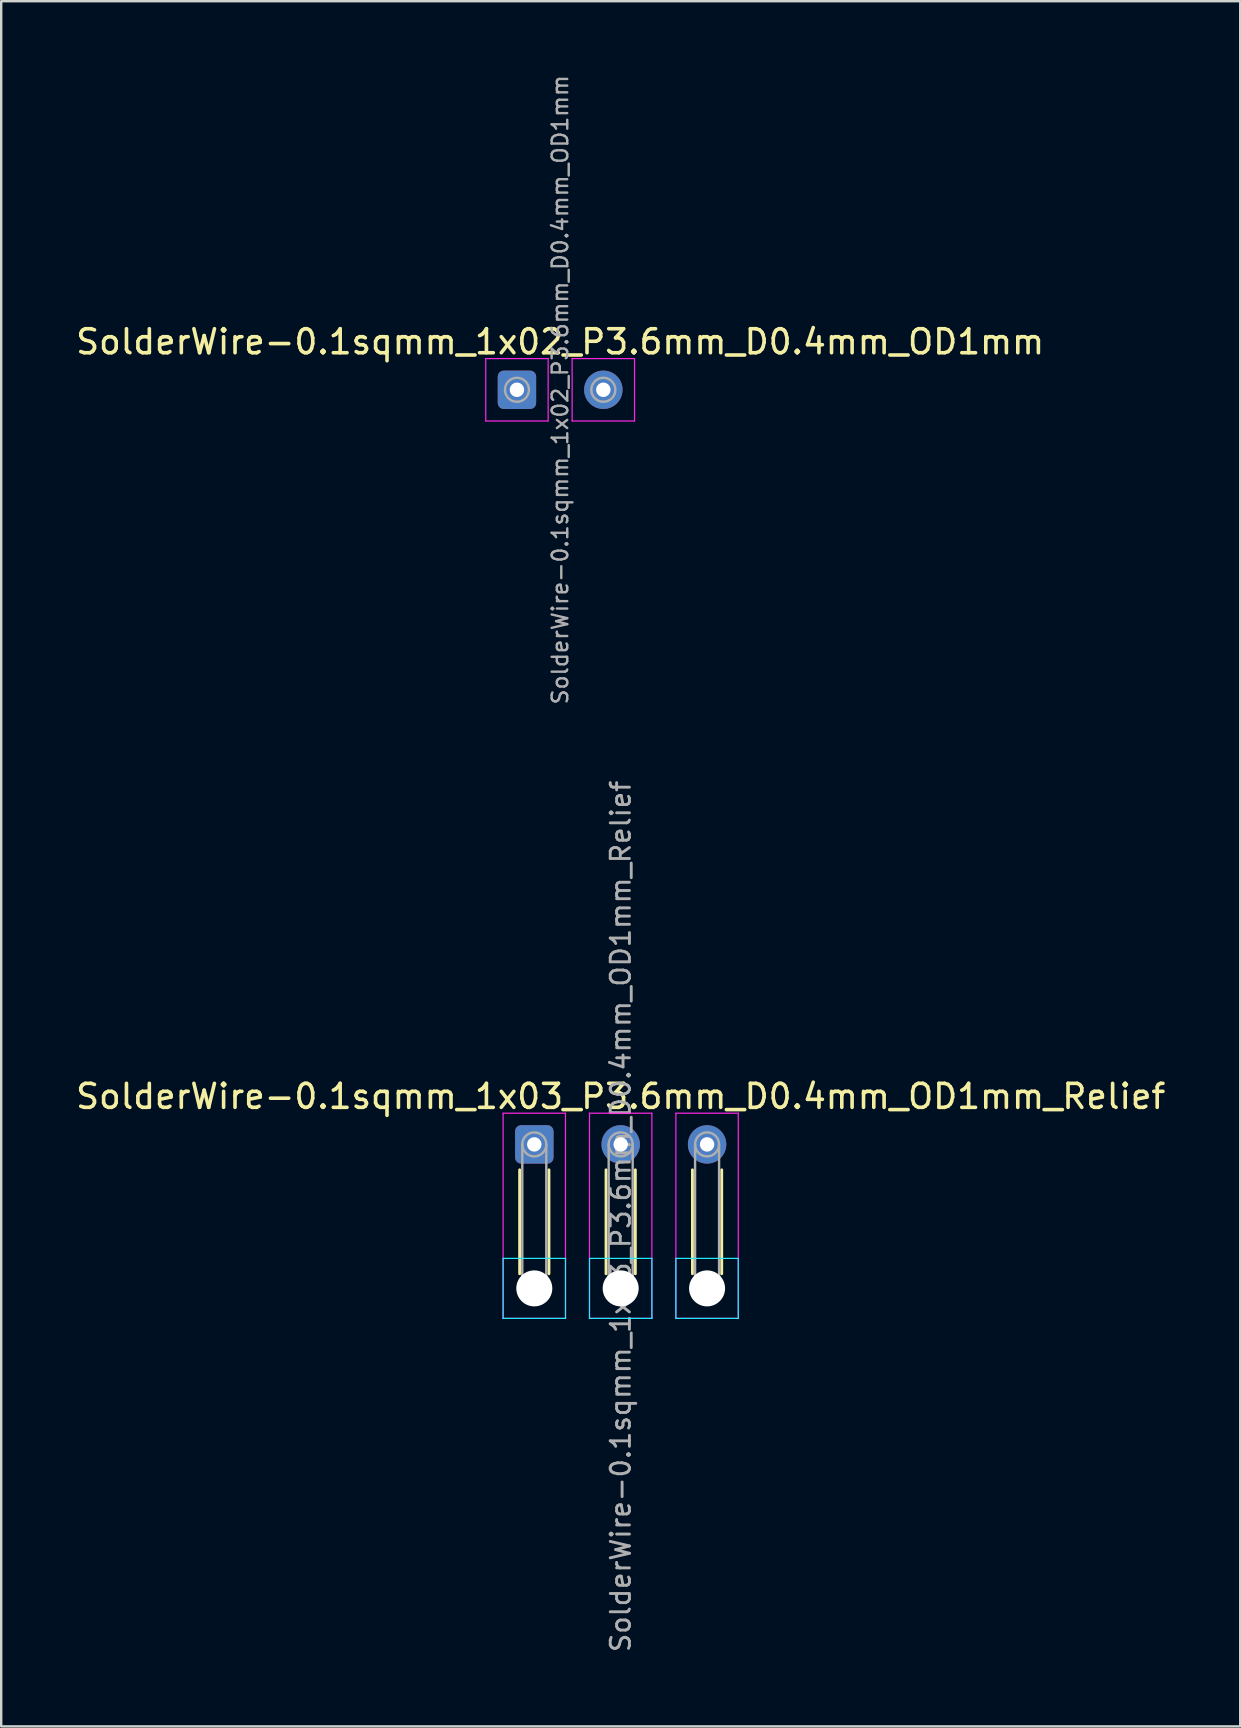
<source format=kicad_pcb>
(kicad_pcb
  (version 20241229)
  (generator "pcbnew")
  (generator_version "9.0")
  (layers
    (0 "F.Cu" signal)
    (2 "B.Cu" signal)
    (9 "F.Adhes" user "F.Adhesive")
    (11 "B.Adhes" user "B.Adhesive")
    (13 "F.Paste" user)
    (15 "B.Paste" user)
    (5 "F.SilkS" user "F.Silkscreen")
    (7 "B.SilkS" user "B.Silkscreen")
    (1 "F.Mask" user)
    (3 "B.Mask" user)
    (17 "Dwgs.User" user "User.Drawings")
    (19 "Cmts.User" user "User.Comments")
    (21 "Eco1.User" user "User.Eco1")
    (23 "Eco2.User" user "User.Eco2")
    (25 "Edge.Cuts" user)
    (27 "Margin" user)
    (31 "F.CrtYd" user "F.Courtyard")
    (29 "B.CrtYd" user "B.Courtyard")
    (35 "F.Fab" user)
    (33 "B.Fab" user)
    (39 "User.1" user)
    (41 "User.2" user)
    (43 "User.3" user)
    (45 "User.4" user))
  (footprint "SolderWire-0.1sqmm_1x02_P3.6mm_D0.4mm_OD1mm"
    (layer "F.Cu")
    (at 18.492 13.193)
    (property "Reference" "SolderWire-0.1sqmm_1x02_P3.6mm_D0.4mm_OD1mm" (at 1.8 -2 0) (layer "F.SilkS") (effects (font (size 1 1) (thickness 0.15))))
    (attr exclude_from_pos_files exclude_from_bom)
    (fp_line (start -1.3 -1.3) (end -1.3 1.3) (stroke (width 0.05) (type solid)) (layer "F.CrtYd"))
    (fp_line (start -1.3 1.3) (end 1.3 1.3) (stroke (width 0.05) (type solid)) (layer "F.CrtYd"))
    (fp_line (start 1.3 -1.3) (end -1.3 -1.3) (stroke (width 0.05) (type solid)) (layer "F.CrtYd"))
    (fp_line (start 1.3 1.3) (end 1.3 -1.3) (stroke (width 0.05) (type solid)) (layer "F.CrtYd"))
    (fp_line (start 2.3 -1.3) (end 2.3 1.3) (stroke (width 0.05) (type solid)) (layer "F.CrtYd"))
    (fp_line (start 2.3 1.3) (end 4.9 1.3) (stroke (width 0.05) (type solid)) (layer "F.CrtYd"))
    (fp_line (start 4.9 -1.3) (end 2.3 -1.3) (stroke (width 0.05) (type solid)) (layer "F.CrtYd"))
    (fp_line (start 4.9 1.3) (end 4.9 -1.3) (stroke (width 0.05) (type solid)) (layer "F.CrtYd"))
    (fp_circle (center 0 0) (end 0.5 0) (stroke (width 0.1) (type solid)) (fill no) (layer "F.Fab"))
    (fp_circle (center 3.6 0) (end 4.1 0) (stroke (width 0.1) (type solid)) (fill no) (layer "F.Fab"))
    (fp_text user "${REFERENCE}" (at 1.8 0 90) (layer "F.Fab") (effects (font (size 0.65 0.65) (thickness 0.1))))
    (pad "1" thru_hole roundrect (at 0 0) (size 1.6 1.6) (drill 0.6) (layers "*.Cu" "*.Mask") (roundrect_rratio 0.156))
    (pad "2" thru_hole circle (at 3.6 0) (size 1.6 1.6) (drill 0.6) (layers "*.Cu" "*.Mask")))
  (footprint "SolderWire-0.1sqmm_1x03_P3.6mm_D0.4mm_OD1mm_Relief"
    (layer "F.Cu")
    (at 19.215 44.639)
    (property "Reference" "SolderWire-0.1sqmm_1x03_P3.6mm_D0.4mm_OD1mm_Relief" (at 3.6 -2 0) (layer "F.SilkS") (effects (font (size 1 1) (thickness 0.15))))
    (attr exclude_from_pos_files exclude_from_bom)
    (fp_line (start -0.61 1.06) (end -0.61 5.39) (stroke (width 0.12) (type solid)) (layer "F.SilkS"))
    (fp_line (start 0.61 1.06) (end 0.61 5.39) (stroke (width 0.12) (type solid)) (layer "F.SilkS"))
    (fp_line (start 2.99 1.06) (end 2.99 5.39) (stroke (width 0.12) (type solid)) (layer "F.SilkS"))
    (fp_line (start 4.21 1.06) (end 4.21 5.39) (stroke (width 0.12) (type solid)) (layer "F.SilkS"))
    (fp_line (start 6.59 1.06) (end 6.59 5.39) (stroke (width 0.12) (type solid)) (layer "F.SilkS"))
    (fp_line (start 7.81 1.06) (end 7.81 5.39) (stroke (width 0.12) (type solid)) (layer "F.SilkS"))
    (fp_line (start -1.3 4.75) (end -1.3 7.25) (stroke (width 0.05) (type solid)) (layer "B.CrtYd"))
    (fp_line (start -1.3 7.25) (end 1.3 7.25) (stroke (width 0.05) (type solid)) (layer "B.CrtYd"))
    (fp_line (start 1.3 4.75) (end -1.3 4.75) (stroke (width 0.05) (type solid)) (layer "B.CrtYd"))
    (fp_line (start 1.3 7.25) (end 1.3 4.75) (stroke (width 0.05) (type solid)) (layer "B.CrtYd"))
    (fp_line (start 2.3 4.75) (end 2.3 7.25) (stroke (width 0.05) (type solid)) (layer "B.CrtYd"))
    (fp_line (start 2.3 7.25) (end 4.9 7.25) (stroke (width 0.05) (type solid)) (layer "B.CrtYd"))
    (fp_line (start 4.9 4.75) (end 2.3 4.75) (stroke (width 0.05) (type solid)) (layer "B.CrtYd"))
    (fp_line (start 4.9 7.25) (end 4.9 4.75) (stroke (width 0.05) (type solid)) (layer "B.CrtYd"))
    (fp_line (start 5.9 4.75) (end 5.9 7.25) (stroke (width 0.05) (type solid)) (layer "B.CrtYd"))
    (fp_line (start 5.9 7.25) (end 8.5 7.25) (stroke (width 0.05) (type solid)) (layer "B.CrtYd"))
    (fp_line (start 8.5 4.75) (end 5.9 4.75) (stroke (width 0.05) (type solid)) (layer "B.CrtYd"))
    (fp_line (start 8.5 7.25) (end 8.5 4.75) (stroke (width 0.05) (type solid)) (layer "B.CrtYd"))
    (fp_line (start -1.3 -1.3) (end -1.3 7.25) (stroke (width 0.05) (type solid)) (layer "F.CrtYd"))
    (fp_line (start -1.3 7.25) (end 1.3 7.25) (stroke (width 0.05) (type solid)) (layer "F.CrtYd"))
    (fp_line (start 1.3 -1.3) (end -1.3 -1.3) (stroke (width 0.05) (type solid)) (layer "F.CrtYd"))
    (fp_line (start 1.3 7.25) (end 1.3 -1.3) (stroke (width 0.05) (type solid)) (layer "F.CrtYd"))
    (fp_line (start 2.3 -1.3) (end 2.3 7.25) (stroke (width 0.05) (type solid)) (layer "F.CrtYd"))
    (fp_line (start 2.3 7.25) (end 4.9 7.25) (stroke (width 0.05) (type solid)) (layer "F.CrtYd"))
    (fp_line (start 4.9 -1.3) (end 2.3 -1.3) (stroke (width 0.05) (type solid)) (layer "F.CrtYd"))
    (fp_line (start 4.9 7.25) (end 4.9 -1.3) (stroke (width 0.05) (type solid)) (layer "F.CrtYd"))
    (fp_line (start 5.9 -1.3) (end 5.9 7.25) (stroke (width 0.05) (type solid)) (layer "F.CrtYd"))
    (fp_line (start 5.9 7.25) (end 8.5 7.25) (stroke (width 0.05) (type solid)) (layer "F.CrtYd"))
    (fp_line (start 8.5 -1.3) (end 5.9 -1.3) (stroke (width 0.05) (type solid)) (layer "F.CrtYd"))
    (fp_line (start 8.5 7.25) (end 8.5 -1.3) (stroke (width 0.05) (type solid)) (layer "F.CrtYd"))
    (fp_line (start -0.5 0) (end -0.5 6) (stroke (width 0.1) (type solid)) (layer "F.Fab"))
    (fp_line (start 0.5 0) (end 0.5 6) (stroke (width 0.1) (type solid)) (layer "F.Fab"))
    (fp_line (start 3.1 0) (end 3.1 6) (stroke (width 0.1) (type solid)) (layer "F.Fab"))
    (fp_line (start 4.1 0) (end 4.1 6) (stroke (width 0.1) (type solid)) (layer "F.Fab"))
    (fp_line (start 6.7 0) (end 6.7 6) (stroke (width 0.1) (type solid)) (layer "F.Fab"))
    (fp_line (start 7.7 0) (end 7.7 6) (stroke (width 0.1) (type solid)) (layer "F.Fab"))
    (fp_circle (center 0 0) (end 0.5 0) (stroke (width 0.1) (type solid)) (fill no) (layer "F.Fab"))
    (fp_circle (center 0 6) (end 0.5 6) (stroke (width 0.1) (type solid)) (fill no) (layer "F.Fab"))
    (fp_circle (center 3.6 0) (end 4.1 0) (stroke (width 0.1) (type solid)) (fill no) (layer "F.Fab"))
    (fp_circle (center 3.6 6) (end 4.1 6) (stroke (width 0.1) (type solid)) (fill no) (layer "F.Fab"))
    (fp_circle (center 7.2 0) (end 7.7 0) (stroke (width 0.1) (type solid)) (fill no) (layer "F.Fab"))
    (fp_circle (center 7.2 6) (end 7.7 6) (stroke (width 0.1) (type solid)) (fill no) (layer "F.Fab"))
    (fp_text user "${REFERENCE}" (at 3.6 3 90) (layer "F.Fab") (effects (font (size 0.8 0.8) (thickness 0.12))))
    (pad "" np_thru_hole circle (at 0 6) (size 1.5 1.5) (drill 1.5) (layers "*.Cu" "*.Mask"))
    (pad "" np_thru_hole circle (at 3.6 6) (size 1.5 1.5) (drill 1.5) (layers "*.Cu" "*.Mask"))
    (pad "" np_thru_hole circle (at 7.2 6) (size 1.5 1.5) (drill 1.5) (layers "*.Cu" "*.Mask"))
    (pad "1" thru_hole roundrect (at 0 0) (size 1.6 1.6) (drill 0.6) (layers "*.Cu" "*.Mask") (roundrect_rratio 0.156))
    (pad "2" thru_hole circle (at 3.6 0) (size 1.6 1.6) (drill 0.6) (layers "*.Cu" "*.Mask"))
    (pad "3" thru_hole circle (at 7.2 0) (size 1.6 1.6) (drill 0.6) (layers "*.Cu" "*.Mask")))
  (gr_rect
    (start -3 -3)
    (end 48.631 68.891)
    (stroke (width 0.1) (type default))
    (fill no)
    (layer "Edge.Cuts")))
</source>
